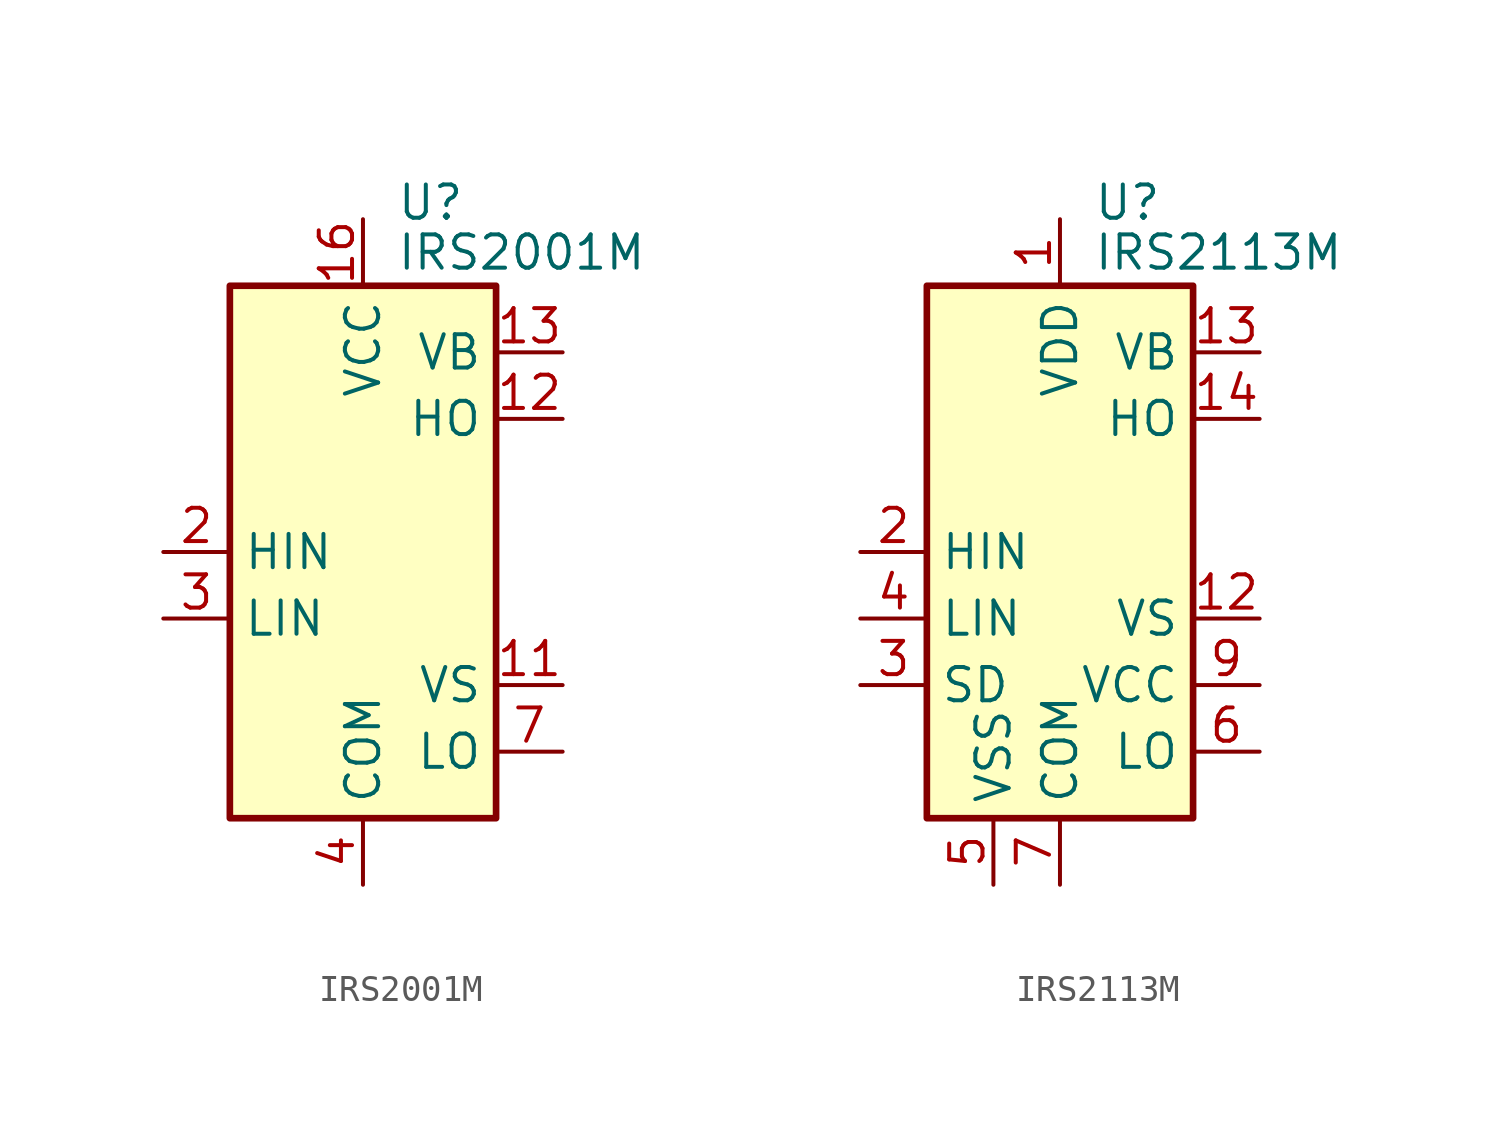
<source format=kicad_sym>
(kicad_symbol_lib
  (version 20201005)
  (generator kicad_symbol_editor)
  (symbol "Driver_FET:IRS2001M"
    (property "Reference" "U"
      (at 1.27 13.335 0)
      (effects (font (size 1.27 1.27)) (justify left)))
    (property "Value" "IRS2001M"
      (at 1.27 11.43 0)
      (effects (font (size 1.27 1.27)) (justify left)))
    (symbol "IRS2001M_0_1"
      (rectangle (start -5.08 -10.16) (end 5.08 10.16) (stroke (width 0.254)) (fill (type background))))
    (symbol "IRS2001M_1_1"
      (pin no_connect line (at -5.08 7.62 0) (length 2.54) hide (name "NC" (effects (font (size 1.27 1.27)))) (number "1" (effects (font (size 1.27 1.27)))))
      (pin passive line (at 7.62 -5.08 180) (length 2.54) (name "VS" (effects (font (size 1.27 1.27)))) (number "11" (effects (font (size 1.27 1.27)))))
      (pin output line (at 7.62 5.08 180) (length 2.54) (name "HO" (effects (font (size 1.27 1.27)))) (number "12" (effects (font (size 1.27 1.27)))))
      (pin passive line (at 7.62 7.62 180) (length 2.54) (name "VB" (effects (font (size 1.27 1.27)))) (number "13" (effects (font (size 1.27 1.27)))))
      (pin no_connect line (at 5.08 -2.54 180) (length 2.54) hide (name "NC" (effects (font (size 1.27 1.27)))) (number "14" (effects (font (size 1.27 1.27)))))
      (pin power_in line (at 0 12.7 270) (length 2.54) (name "VCC" (effects (font (size 1.27 1.27)))) (number "16" (effects (font (size 1.27 1.27)))))
      (pin passive line (at 0 -12.7 90) (length 2.54) hide (name "COM" (effects (font (size 1.27 1.27)))) (number "17" (effects (font (size 1.27 1.27)))))
      (pin input line (at -7.62 0 0) (length 2.54) (name "HIN" (effects (font (size 1.27 1.27)))) (number "2" (effects (font (size 1.27 1.27)))))
      (pin input line (at -7.62 -2.54 0) (length 2.54) (name "LIN" (effects (font (size 1.27 1.27)))) (number "3" (effects (font (size 1.27 1.27)))))
      (pin power_in line (at 0 -12.7 90) (length 2.54) (name "COM" (effects (font (size 1.27 1.27)))) (number "4" (effects (font (size 1.27 1.27)))))
      (pin no_connect line (at -5.08 5.08 0) (length 2.54) hide (name "NC" (effects (font (size 1.27 1.27)))) (number "5" (effects (font (size 1.27 1.27)))))
      (pin no_connect line (at -5.08 2.54 0) (length 2.54) hide (name "NC" (effects (font (size 1.27 1.27)))) (number "6" (effects (font (size 1.27 1.27)))))
      (pin output line (at 7.62 -7.62 180) (length 2.54) (name "LO" (effects (font (size 1.27 1.27)))) (number "7" (effects (font (size 1.27 1.27)))))
      (pin no_connect line (at 5.08 2.54 180) (length 2.54) hide (name "NC" (effects (font (size 1.27 1.27)))) (number "8" (effects (font (size 1.27 1.27)))))
      (pin no_connect line (at 5.08 0 180) (length 2.54) hide (name "NC" (effects (font (size 1.27 1.27)))) (number "9" (effects (font (size 1.27 1.27)))))))
  (symbol "Driver_FET:IRS2113M"
    (property "Reference" "U"
      (at 1.27 13.335 0)
      (effects (font (size 1.27 1.27)) (justify left)))
    (property "Value" "IRS2113M"
      (at 1.27 11.43 0)
      (effects (font (size 1.27 1.27)) (justify left)))
    (symbol "IRS2113M_0_1"
      (rectangle (start -5.08 -10.16) (end 5.08 10.16) (stroke (width 0.254)) (fill (type background))))
    (symbol "IRS2113M_1_1"
      (pin power_in line (at 0 12.7 270) (length 2.54) (name "VDD" (effects (font (size 1.27 1.27)))) (number "1" (effects (font (size 1.27 1.27)))))
      (pin no_connect line (at -5.08 5.08 0) (length 2.54) hide (name "NC" (effects (font (size 1.27 1.27)))) (number "11" (effects (font (size 1.27 1.27)))))
      (pin passive line (at 7.62 -2.54 180) (length 2.54) (name "VS" (effects (font (size 1.27 1.27)))) (number "12" (effects (font (size 1.27 1.27)))))
      (pin passive line (at 7.62 7.62 180) (length 2.54) (name "VB" (effects (font (size 1.27 1.27)))) (number "13" (effects (font (size 1.27 1.27)))))
      (pin output line (at 7.62 5.08 180) (length 2.54) (name "HO" (effects (font (size 1.27 1.27)))) (number "14" (effects (font (size 1.27 1.27)))))
      (pin no_connect line (at -5.08 2.54 0) (length 2.54) hide (name "NC" (effects (font (size 1.27 1.27)))) (number "16" (effects (font (size 1.27 1.27)))))
      (pin passive line (at 0 -12.7 90) (length 2.54) hide (name "COM" (effects (font (size 1.27 1.27)))) (number "17" (effects (font (size 1.27 1.27)))))
      (pin input line (at -7.62 0 0) (length 2.54) (name "HIN" (effects (font (size 1.27 1.27)))) (number "2" (effects (font (size 1.27 1.27)))))
      (pin input line (at -7.62 -5.08 0) (length 2.54) (name "SD" (effects (font (size 1.27 1.27)))) (number "3" (effects (font (size 1.27 1.27)))))
      (pin input line (at -7.62 -2.54 0) (length 2.54) (name "LIN" (effects (font (size 1.27 1.27)))) (number "4" (effects (font (size 1.27 1.27)))))
      (pin power_in line (at -2.54 -12.7 90) (length 2.54) (name "VSS" (effects (font (size 1.27 1.27)))) (number "5" (effects (font (size 1.27 1.27)))))
      (pin output line (at 7.62 -7.62 180) (length 2.54) (name "LO" (effects (font (size 1.27 1.27)))) (number "6" (effects (font (size 1.27 1.27)))))
      (pin power_in line (at 0 -12.7 90) (length 2.54) (name "COM" (effects (font (size 1.27 1.27)))) (number "7" (effects (font (size 1.27 1.27)))))
      (pin no_connect line (at -5.08 7.62 0) (length 2.54) hide (name "NC" (effects (font (size 1.27 1.27)))) (number "8" (effects (font (size 1.27 1.27)))))
      (pin power_in line (at 7.62 -5.08 180) (length 2.54) (name "VCC" (effects (font (size 1.27 1.27)))) (number "9" (effects (font (size 1.27 1.27))))))))
</source>
